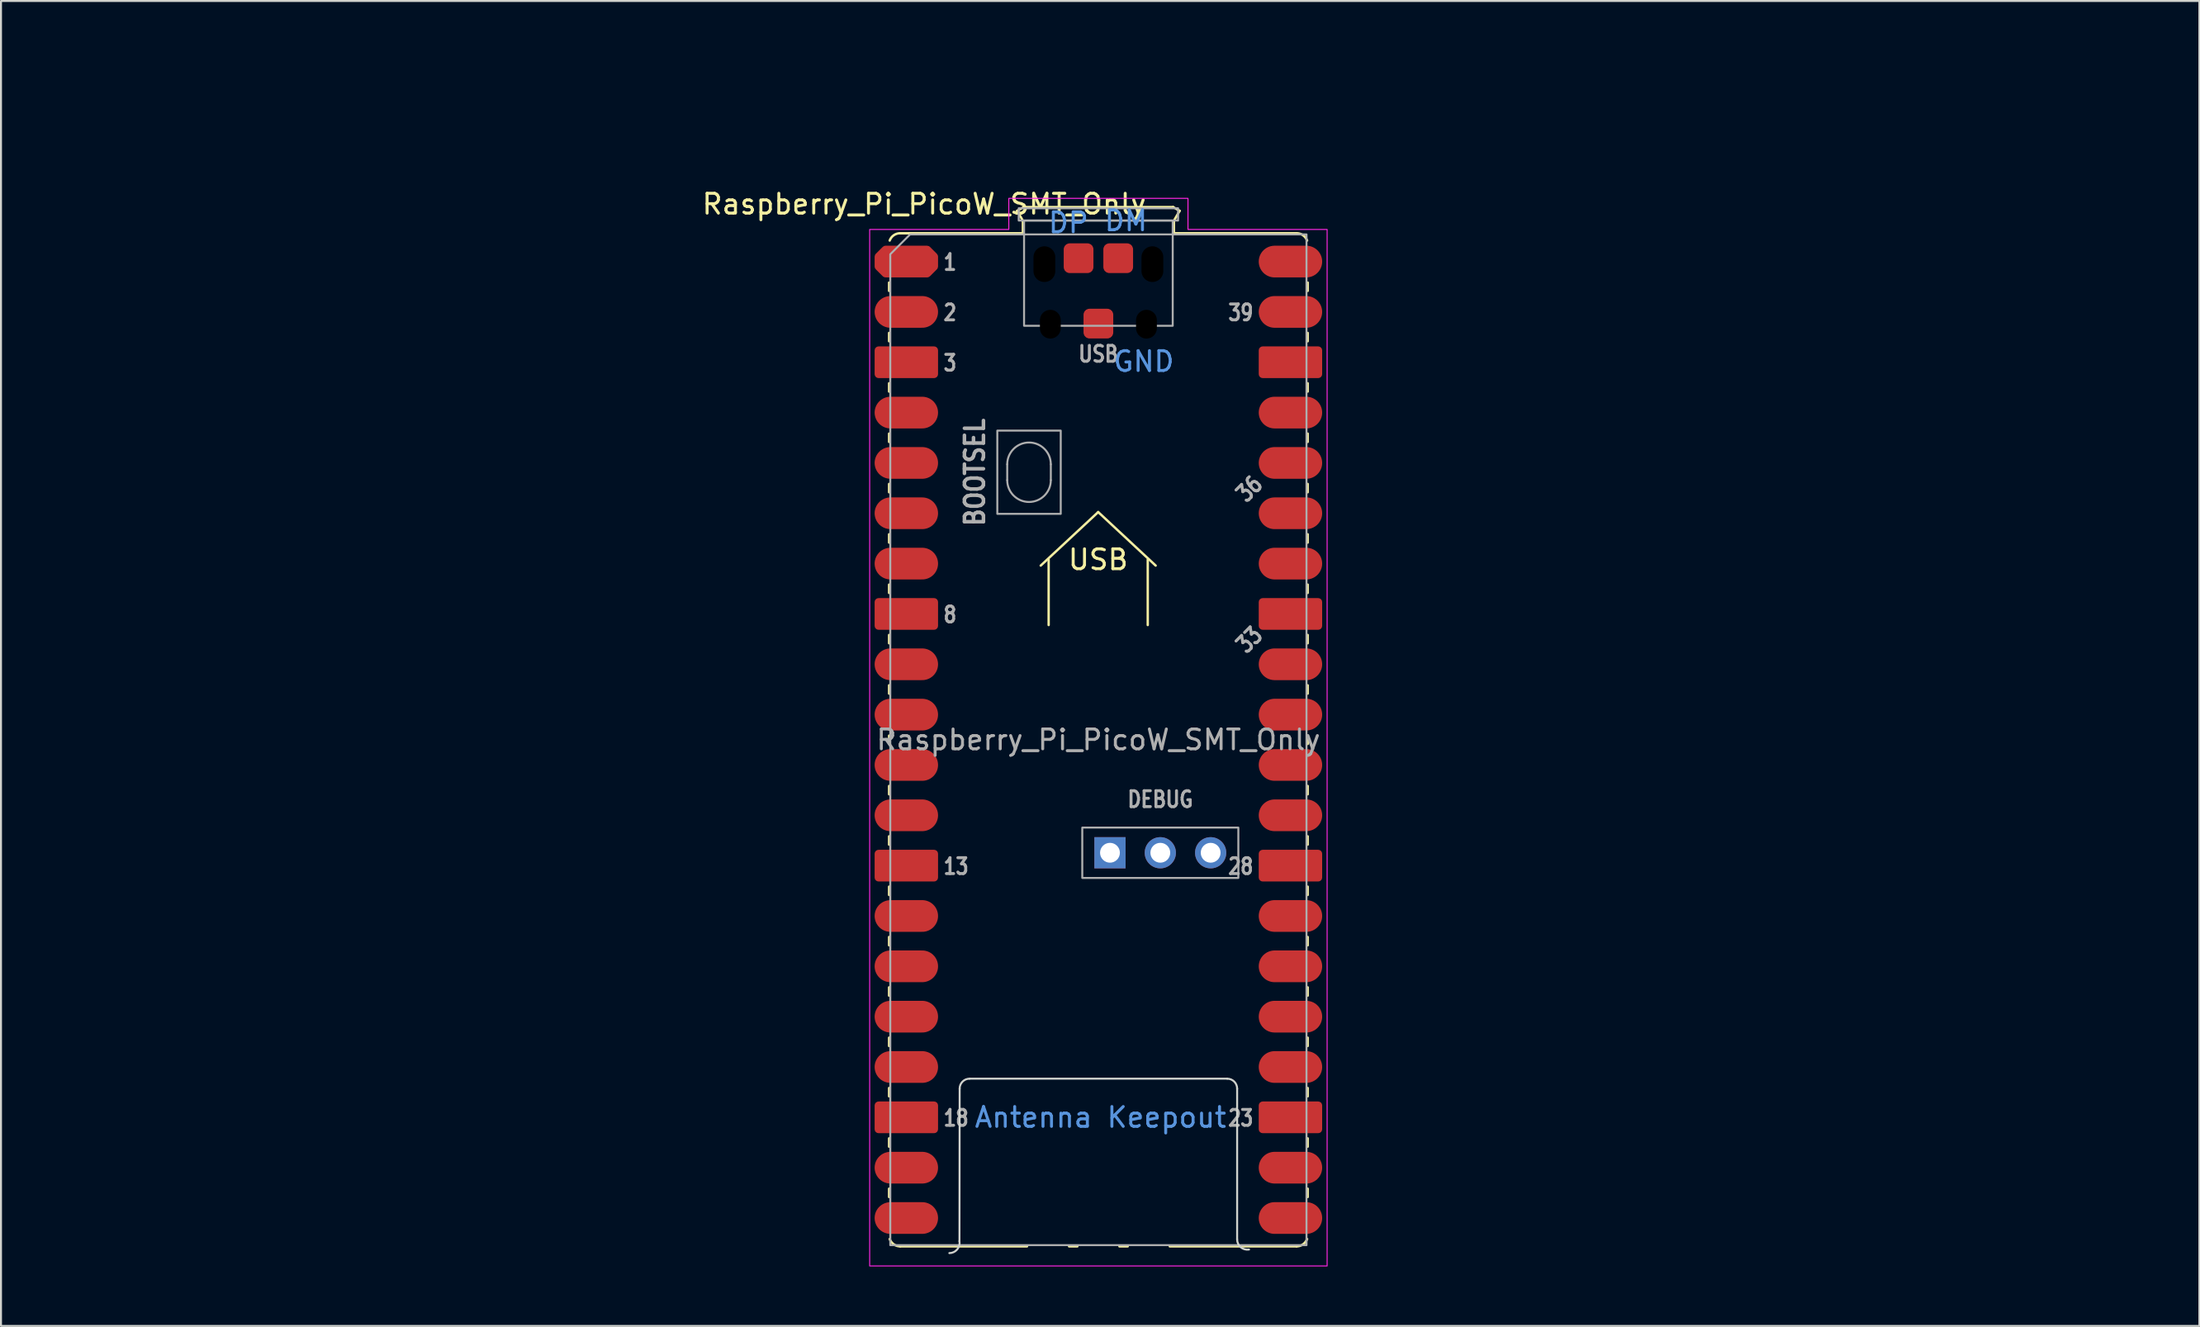
<source format=kicad_pcb>
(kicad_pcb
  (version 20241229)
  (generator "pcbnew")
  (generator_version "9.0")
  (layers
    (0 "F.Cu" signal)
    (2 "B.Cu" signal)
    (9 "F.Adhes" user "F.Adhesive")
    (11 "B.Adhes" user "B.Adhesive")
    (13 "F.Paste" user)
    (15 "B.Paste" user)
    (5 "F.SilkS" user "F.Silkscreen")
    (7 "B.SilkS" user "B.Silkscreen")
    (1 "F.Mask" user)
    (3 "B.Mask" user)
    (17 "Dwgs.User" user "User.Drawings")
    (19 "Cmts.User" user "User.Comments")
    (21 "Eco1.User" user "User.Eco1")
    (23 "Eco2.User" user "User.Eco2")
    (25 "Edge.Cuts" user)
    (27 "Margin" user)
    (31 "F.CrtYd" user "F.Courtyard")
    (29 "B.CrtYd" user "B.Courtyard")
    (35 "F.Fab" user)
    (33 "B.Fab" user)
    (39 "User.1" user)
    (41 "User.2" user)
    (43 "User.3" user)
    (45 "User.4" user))
  (footprint "Raspberry_Pi_PicoW_SMT_Only"
    (layer "F.Cu")
    (at 52.358 34.188)
    (property "Reference" "Raspberry_Pi_PicoW_SMT_Only" (at -8.78 -26.94 0) (layer "F.SilkS") (effects (font (size 1 1) (thickness 0.15))))
    (attr through_hole)
    (fp_line (start -10.55 -22.98) (end -10.55 -22.56) (stroke (width 0.12) (type solid)) (layer "F.SilkS"))
    (fp_line (start -10.55 -20.44) (end -10.55 -20.02) (stroke (width 0.12) (type solid)) (layer "F.SilkS"))
    (fp_line (start -10.55 -17.9) (end -10.55 -17.48) (stroke (width 0.12) (type solid)) (layer "F.SilkS"))
    (fp_line (start -10.55 -15.36) (end -10.55 -14.94) (stroke (width 0.12) (type solid)) (layer "F.SilkS"))
    (fp_line (start -10.55 -12.82) (end -10.55 -12.4) (stroke (width 0.12) (type solid)) (layer "F.SilkS"))
    (fp_line (start -10.55 -10.28) (end -10.55 -9.86) (stroke (width 0.12) (type solid)) (layer "F.SilkS"))
    (fp_line (start -10.55 -7.74) (end -10.55 -7.32) (stroke (width 0.12) (type solid)) (layer "F.SilkS"))
    (fp_line (start -10.55 -5.2) (end -10.55 -4.78) (stroke (width 0.12) (type solid)) (layer "F.SilkS"))
    (fp_line (start -10.55 -2.66) (end -10.55 -2.24) (stroke (width 0.12) (type solid)) (layer "F.SilkS"))
    (fp_line (start -10.55 -0.12) (end -10.55 0.3) (stroke (width 0.12) (type solid)) (layer "F.SilkS"))
    (fp_line (start -10.55 2.42) (end -10.55 2.84) (stroke (width 0.12) (type solid)) (layer "F.SilkS"))
    (fp_line (start -10.55 4.96) (end -10.55 5.38) (stroke (width 0.12) (type solid)) (layer "F.SilkS"))
    (fp_line (start -10.55 7.5) (end -10.55 7.92) (stroke (width 0.12) (type solid)) (layer "F.SilkS"))
    (fp_line (start -10.55 10.04) (end -10.55 10.46) (stroke (width 0.12) (type solid)) (layer "F.SilkS"))
    (fp_line (start -10.55 12.58) (end -10.55 13) (stroke (width 0.12) (type solid)) (layer "F.SilkS"))
    (fp_line (start -10.55 15.12) (end -10.55 15.54) (stroke (width 0.12) (type solid)) (layer "F.SilkS"))
    (fp_line (start -10.55 17.66) (end -10.55 18.08) (stroke (width 0.12) (type solid)) (layer "F.SilkS"))
    (fp_line (start -10.55 20.2) (end -10.55 20.62) (stroke (width 0.12) (type solid)) (layer "F.SilkS"))
    (fp_line (start -10.55 22.74) (end -10.55 23.16) (stroke (width 0.12) (type solid)) (layer "F.SilkS"))
    (fp_line (start -9.99 -25.47) (end -3.8 -25.47) (stroke (width 0.12) (type solid)) (layer "F.SilkS"))
    (fp_line (start -9.99 25.65) (end -3.59 25.65) (stroke (width 0.12) (type solid)) (layer "F.SilkS"))
    (fp_line (start -4.09 -26.6) (end -3.76 -26.79) (stroke (width 0.12) (type solid)) (layer "F.SilkS"))
    (fp_line (start -3.8 -26.1) (end -4.09 -26.6) (stroke (width 0.12) (type solid)) (layer "F.SilkS"))
    (fp_line (start -3.8 -25.47) (end -9.99 -25.47) (stroke (width 0.12) (type solid)) (layer "F.SilkS"))
    (fp_line (start -3.8 -25.47) (end -3.8 -26.1) (stroke (width 0.12) (type solid)) (layer "F.SilkS"))
    (fp_line (start -3.76 -26.79) (end 3.78 -26.79) (stroke (width 0.12) (type solid)) (layer "F.SilkS"))
    (fp_line (start -2.9 -8.7) (end 0 -11.4) (stroke (width 0.12) (type solid)) (layer "F.SilkS"))
    (fp_line (start -2.5 -5.7) (end -2.5 -9) (stroke (width 0.12) (type solid)) (layer "F.SilkS"))
    (fp_line (start -1.47 25.65) (end -1.05 25.65) (stroke (width 0.12) (type solid)) (layer "F.SilkS"))
    (fp_line (start 0 -11.4) (end 2.9 -8.7) (stroke (width 0.12) (type solid)) (layer "F.SilkS"))
    (fp_line (start 1.07 25.65) (end 1.49 25.65) (stroke (width 0.12) (type solid)) (layer "F.SilkS"))
    (fp_line (start 2.5 -5.7) (end 2.5 -9) (stroke (width 0.12) (type solid)) (layer "F.SilkS"))
    (fp_line (start 3.61 25.65) (end 10.01 25.65) (stroke (width 0.12) (type solid)) (layer "F.SilkS"))
    (fp_line (start 3.78 -26.79) (end 4.11 -26.6) (stroke (width 0.12) (type solid)) (layer "F.SilkS"))
    (fp_line (start 3.82 -26.1) (end 3.82 -25.47) (stroke (width 0.12) (type solid)) (layer "F.SilkS"))
    (fp_line (start 4.11 -26.6) (end 3.82 -26.1) (stroke (width 0.12) (type solid)) (layer "F.SilkS"))
    (fp_line (start 10.01 -25.47) (end 3.82 -25.47) (stroke (width 0.12) (type solid)) (layer "F.SilkS"))
    (fp_line (start 10.57 -22.98) (end 10.57 -22.56) (stroke (width 0.12) (type solid)) (layer "F.SilkS"))
    (fp_line (start 10.57 -20.44) (end 10.57 -20.02) (stroke (width 0.12) (type solid)) (layer "F.SilkS"))
    (fp_line (start 10.57 -17.9) (end 10.57 -17.48) (stroke (width 0.12) (type solid)) (layer "F.SilkS"))
    (fp_line (start 10.57 -15.36) (end 10.57 -14.94) (stroke (width 0.12) (type solid)) (layer "F.SilkS"))
    (fp_line (start 10.57 -12.82) (end 10.57 -12.4) (stroke (width 0.12) (type solid)) (layer "F.SilkS"))
    (fp_line (start 10.57 -10.28) (end 10.57 -9.86) (stroke (width 0.12) (type solid)) (layer "F.SilkS"))
    (fp_line (start 10.57 -7.74) (end 10.57 -7.32) (stroke (width 0.12) (type solid)) (layer "F.SilkS"))
    (fp_line (start 10.57 -5.2) (end 10.57 -4.78) (stroke (width 0.12) (type solid)) (layer "F.SilkS"))
    (fp_line (start 10.57 -2.66) (end 10.57 -2.24) (stroke (width 0.12) (type solid)) (layer "F.SilkS"))
    (fp_line (start 10.57 -0.12) (end 10.57 0.3) (stroke (width 0.12) (type solid)) (layer "F.SilkS"))
    (fp_line (start 10.57 2.42) (end 10.57 2.84) (stroke (width 0.12) (type solid)) (layer "F.SilkS"))
    (fp_line (start 10.57 4.96) (end 10.57 5.38) (stroke (width 0.12) (type solid)) (layer "F.SilkS"))
    (fp_line (start 10.57 7.5) (end 10.57 7.92) (stroke (width 0.12) (type solid)) (layer "F.SilkS"))
    (fp_line (start 10.57 10.04) (end 10.57 10.46) (stroke (width 0.12) (type solid)) (layer "F.SilkS"))
    (fp_line (start 10.57 12.58) (end 10.57 13) (stroke (width 0.12) (type solid)) (layer "F.SilkS"))
    (fp_line (start 10.57 15.12) (end 10.57 15.54) (stroke (width 0.12) (type solid)) (layer "F.SilkS"))
    (fp_line (start 10.57 17.66) (end 10.57 18.08) (stroke (width 0.12) (type solid)) (layer "F.SilkS"))
    (fp_line (start 10.57 20.2) (end 10.57 20.62) (stroke (width 0.12) (type solid)) (layer "F.SilkS"))
    (fp_line (start 10.57 22.74) (end 10.57 23.16) (stroke (width 0.12) (type solid)) (layer "F.SilkS"))
    (fp_arc (start -10.52 -25.1) (mid -10.313508 -25.368808) (end -9.99 -25.47) (stroke (width 0.12) (type solid)) (layer "F.SilkS"))
    (fp_arc (start -9.99 25.65) (mid -10.313508 25.548809) (end -10.52 25.28) (stroke (width 0.12) (type solid)) (layer "F.SilkS"))
    (fp_arc (start 10.01 -25.47) (mid 10.333529 -25.368823) (end 10.54 -25.1) (stroke (width 0.12) (type solid)) (layer "F.SilkS"))
    (fp_arc (start 10.54 25.28) (mid 10.333497 25.548778) (end 10.01 25.65) (stroke (width 0.12) (type solid)) (layer "F.SilkS"))
    (fp_line (start -7 25.39) (end -6.99 17.69) (stroke (width 0.1) (type solid)) (layer "Edge.Cuts"))
    (fp_line (start -6.49 17.19) (end 6.51 17.19) (stroke (width 0.1) (type solid)) (layer "Edge.Cuts"))
    (fp_line (start 7.01 17.69) (end 7.01 25.3) (stroke (width 0.1) (type solid)) (layer "Edge.Cuts"))
    (fp_arc (start -7 25.39) (mid -7.116269 25.807922) (end -7.51 25.99) (stroke (width 0.1) (type solid)) (layer "Edge.Cuts"))
    (fp_arc (start -6.99 17.69) (mid -6.843553 17.336447) (end -6.49 17.19) (stroke (width 0.1) (type solid)) (layer "Edge.Cuts"))
    (fp_arc (start 6.51 17.19) (mid 6.863553 17.336447) (end 7.01 17.69) (stroke (width 0.1) (type solid)) (layer "Edge.Cuts"))
    (fp_arc (start 7.61 25.81) (mid 7.192078 25.693732) (end 7.01 25.3) (stroke (width 0.1) (type solid)) (layer "Edge.Cuts"))
    (fp_poly (pts (xy 4.53 -25.66) (xy 11.55 -25.66) (xy 11.55 26.64) (xy -11.53 26.64) (xy -11.53 -25.66) (xy -4.51 -25.66) (xy -4.51 -27.23) (xy 4.53 -27.23)) (stroke (width 0.05) (type solid)) (fill no) (layer "F.CrtYd"))
    (fp_line (start -4.59 -13.81) (end -4.59 -13.01) (stroke (width 0.1) (type solid)) (layer "F.Fab"))
    (fp_line (start -2.39 -13.81) (end -2.39 -13.01) (stroke (width 0.1) (type solid)) (layer "F.Fab"))
    (fp_rect (start -5.09 -15.51) (end -1.89 -11.31) (stroke (width 0.1) (type solid)) (fill no) (layer "F.Fab"))
    (fp_rect (start -4.01 -26.73) (end 4.03 -26.11) (stroke (width 0.1) (type solid)) (fill no) (layer "F.Fab"))
    (fp_rect (start -3.74 -26.11) (end 3.76 -20.8) (stroke (width 0.1) (type solid)) (fill no) (layer "F.Fab"))
    (fp_rect (start -0.803 4.52) (end 7.071 7.06) (stroke (width 0.1) (type solid)) (fill no) (layer "F.Fab"))
    (fp_arc (start -4.59 -13.81) (mid -3.49 -14.91) (end -2.39 -13.81) (stroke (width 0.1) (type solid)) (layer "F.Fab"))
    (fp_arc (start -2.39 -13.01) (mid -3.49 -11.91) (end -4.59 -13.01) (stroke (width 0.1) (type solid)) (layer "F.Fab"))
    (fp_poly (pts (xy 10.51 25.59) (xy -10.49 25.59) (xy -10.49 -24.41) (xy -9.49 -25.41) (xy 10.51 -25.41)) (stroke (width 0.1) (type solid)) (fill no) (layer "F.Fab"))
    (fp_text user "USB" (at 0 -9 0) (unlocked yes) (layer "F.SilkS") (effects (font (size 1 1) (thickness 0.15))))
    (fp_text user "DM" (at 1.4 -26.1 0) (unlocked yes) (layer "Cmts.User") (effects (font (size 1 1) (thickness 0.15))))
    (fp_text user "DP" (at -1.5 -26 0) (unlocked yes) (layer "Cmts.User") (effects (font (size 1 1) (thickness 0.15))))
    (fp_text user "GND" (at 2.3 -19 0) (unlocked yes) (layer "Cmts.User") (effects (font (size 1 1) (thickness 0.15))))
    (fp_text user "Antenna Keepout" (at 0.12 19.14 0) (unlocked yes) (layer "Cmts.User") (effects (font (size 1 1) (thickness 0.15))))
    (fp_text user "39" (at 7.9 -21.462 0) (unlocked yes) (layer "F.Fab") (effects (font (size 0.8 0.64) (thickness 0.15)) (justify right)))
    (fp_text user "33" (at 7.63 -4.952 45) (unlocked yes) (layer "F.Fab") (effects (font (size 0.8 0.64) (thickness 0.15))))
    (fp_text user "BOOTSEL" (at -6.224 -13.41 90) (unlocked yes) (layer "F.Fab") (effects (font (size 0.96 0.825) (thickness 0.18))))
    (fp_text user "18" (at -7.88 19.178 0) (unlocked yes) (layer "F.Fab") (effects (font (size 0.8 0.64) (thickness 0.15)) (justify left)))
    (fp_text user "1" (at -7.88 -24.002 0) (unlocked yes) (layer "F.Fab") (effects (font (size 0.8 0.64) (thickness 0.15)) (justify left)))
    (fp_text user "36" (at 7.63 -12.572 45) (unlocked yes) (layer "F.Fab") (effects (font (size 0.8 0.64) (thickness 0.15))))
    (fp_text user "${REFERENCE}" (at 0.01 0.09 0) (unlocked yes) (layer "F.Fab") (effects (font (size 1 1) (thickness 0.15))))
    (fp_text user "23" (at 7.9 19.178 0) (unlocked yes) (layer "F.Fab") (effects (font (size 0.8 0.64) (thickness 0.15)) (justify right)))
    (fp_text user "8" (at -7.88 -6.222 0) (unlocked yes) (layer "F.Fab") (effects (font (size 0.8 0.64) (thickness 0.15)) (justify left)))
    (fp_text user "DEBUG" (at 3.134 3.098 0) (unlocked yes) (layer "F.Fab") (effects (font (size 0.8 0.66) (thickness 0.15))))
    (fp_text user "28" (at 7.9 6.478 0) (unlocked yes) (layer "F.Fab") (effects (font (size 0.8 0.64) (thickness 0.15)) (justify right)))
    (fp_text user "3" (at -7.88 -18.922 0) (unlocked yes) (layer "F.Fab") (effects (font (size 0.8 0.64) (thickness 0.15)) (justify left)))
    (fp_text user "13" (at -7.88 6.478 0) (unlocked yes) (layer "F.Fab") (effects (font (size 0.8 0.64) (thickness 0.15)) (justify left)))
    (fp_text user "2" (at -7.88 -21.462 0) (unlocked yes) (layer "F.Fab") (effects (font (size 0.8 0.64) (thickness 0.15)) (justify left)))
    (fp_text user "USB" (at 0.01 -19.372 0) (unlocked yes) (layer "F.Fab") (effects (font (size 0.8 0.66) (thickness 0.15))))
    (fp_text user "Public Domain As Per:" (at 0.82 -33.34 0) (unlocked yes) (layer "User.1") (effects (font (size 1 1) (thickness 0.15))))
    (fp_text user "This public domain footprint does not match the original source as it has been modified to better fit this application and be SMT only" (at 0.1 -29.8 0) (unlocked yes) (layer "User.1") (effects (font (size 1 1) (thickness 0.15))))
    (fp_text user "https://forum.kicad.info/t/are-there-pi-pico-library-files-available-for-kicad-6/35844/12" (at 0.12 -31.54 0) (unlocked yes) (layer "User.1") (effects (font (size 1 1) (thickness 0.15))))
    (pad "" np_thru_hole oval (at -2.715 -23.91) (size 1.1 1.8) (drill oval 1.1 1.8) (layers "*.Mask"))
    (pad "" np_thru_hole oval (at -2.415 -20.88) (size 1.05 1.45) (drill oval 1.05 1.45) (layers "*.Mask"))
    (pad "" np_thru_hole oval (at 2.435 -20.88) (size 1.05 1.45) (drill oval 1.05 1.45) (layers "*.Mask"))
    (pad "" np_thru_hole oval (at 2.735 -23.91) (size 1.1 1.8) (drill oval 1.1 1.8) (layers "*.Mask"))
    (pad "1" smd custom (at -10.48 -24.04) (size 1.6 1.6) (layers "F.Cu" "F.Mask") (options (anchor circle)) (primitives (gr_poly (pts (xy 2.2 0.249) (xy 1.849 0.6) (xy -0.249 0.6) (xy -0.6 0.249) (xy -0.6 -0.249) (xy -0.249 -0.6) (xy 1.849 -0.6) (xy 2.2 -0.249)) (width 0.4) (fill yes))))
    (pad "2" smd oval (at -10.48 -21.5) (size 3.2 1.6) (drill (offset 0.8 0)) (layers "F.Cu" "F.Mask"))
    (pad "3" smd roundrect (at -10.48 -18.96) (size 3.2 1.6) (drill (offset 0.8 0)) (layers "F.Cu" "F.Mask") (roundrect_rratio 0.125))
    (pad "4" smd oval (at -10.48 -16.42) (size 3.2 1.6) (drill (offset 0.8 0)) (layers "F.Cu" "F.Mask"))
    (pad "5" smd oval (at -10.48 -13.88) (size 3.2 1.6) (drill (offset 0.8 0)) (layers "F.Cu" "F.Mask"))
    (pad "6" smd oval (at -10.48 -11.34) (size 3.2 1.6) (drill (offset 0.8 0)) (layers "F.Cu" "F.Mask"))
    (pad "7" smd oval (at -10.48 -8.8) (size 3.2 1.6) (drill (offset 0.8 0)) (layers "F.Cu" "F.Mask"))
    (pad "8" smd roundrect (at -10.48 -6.26) (size 3.2 1.6) (drill (offset 0.8 0)) (layers "F.Cu" "F.Mask") (roundrect_rratio 0.125))
    (pad "9" smd oval (at -10.48 -3.72) (size 3.2 1.6) (drill (offset 0.8 0)) (layers "F.Cu" "F.Mask"))
    (pad "10" smd oval (at -10.48 -1.18) (size 3.2 1.6) (drill (offset 0.8 0)) (layers "F.Cu" "F.Mask"))
    (pad "11" smd oval (at -10.48 1.36) (size 3.2 1.6) (drill (offset 0.8 0)) (layers "F.Cu" "F.Mask"))
    (pad "12" smd oval (at -10.48 3.9) (size 3.2 1.6) (drill (offset 0.8 0)) (layers "F.Cu" "F.Mask"))
    (pad "13" smd roundrect (at -10.48 6.44) (size 3.2 1.6) (drill (offset 0.8 0)) (layers "F.Cu" "F.Mask") (roundrect_rratio 0.125))
    (pad "14" smd oval (at -10.48 8.98) (size 3.2 1.6) (drill (offset 0.8 0)) (layers "F.Cu" "F.Mask"))
    (pad "15" smd oval (at -10.48 11.52) (size 3.2 1.6) (drill (offset 0.8 0)) (layers "F.Cu" "F.Mask"))
    (pad "16" smd oval (at -10.48 14.06) (size 3.2 1.6) (drill (offset 0.8 0)) (layers "F.Cu" "F.Mask"))
    (pad "17" smd oval (at -10.48 16.6) (size 3.2 1.6) (drill (offset 0.8 0)) (layers "F.Cu" "F.Mask"))
    (pad "18" smd roundrect (at -10.48 19.14) (size 3.2 1.6) (drill (offset 0.8 0)) (layers "F.Cu" "F.Mask") (roundrect_rratio 0.125))
    (pad "19" smd oval (at -10.48 21.68) (size 3.2 1.6) (drill (offset 0.8 0)) (layers "F.Cu" "F.Mask"))
    (pad "20" smd oval (at -10.48 24.22) (size 3.2 1.6) (drill (offset 0.8 0)) (layers "F.Cu" "F.Mask"))
    (pad "21" smd oval (at 10.5 24.22) (size 3.2 1.6) (drill (offset -0.8 0)) (layers "F.Cu" "F.Mask"))
    (pad "22" smd oval (at 10.5 21.68) (size 3.2 1.6) (drill (offset -0.8 0)) (layers "F.Cu" "F.Mask"))
    (pad "23" smd roundrect (at 10.5 19.14) (size 3.2 1.6) (drill (offset -0.8 0)) (layers "F.Cu" "F.Mask") (roundrect_rratio 0.125))
    (pad "24" smd oval (at 10.5 16.6) (size 3.2 1.6) (drill (offset -0.8 0)) (layers "F.Cu" "F.Mask"))
    (pad "25" smd oval (at 10.5 14.06) (size 3.2 1.6) (drill (offset -0.8 0)) (layers "F.Cu" "F.Mask"))
    (pad "26" smd oval (at 10.5 11.52) (size 3.2 1.6) (drill (offset -0.8 0)) (layers "F.Cu" "F.Mask"))
    (pad "27" smd oval (at 10.5 8.98) (size 3.2 1.6) (drill (offset -0.8 0)) (layers "F.Cu" "F.Mask"))
    (pad "28" smd roundrect (at 10.5 6.44) (size 3.2 1.6) (drill (offset -0.8 0)) (layers "F.Cu" "F.Mask") (roundrect_rratio 0.125))
    (pad "29" smd oval (at 10.5 3.9) (size 3.2 1.6) (drill (offset -0.8 0)) (layers "F.Cu" "F.Mask"))
    (pad "30" smd oval (at 10.5 1.36) (size 3.2 1.6) (drill (offset -0.8 0)) (layers "F.Cu" "F.Mask"))
    (pad "31" smd oval (at 10.5 -1.18) (size 3.2 1.6) (drill (offset -0.8 0)) (layers "F.Cu" "F.Mask"))
    (pad "32" smd oval (at 10.5 -3.72) (size 3.2 1.6) (drill (offset -0.8 0)) (layers "F.Cu" "F.Mask"))
    (pad "33" smd roundrect (at 10.5 -6.26) (size 3.2 1.6) (drill (offset -0.8 0)) (layers "F.Cu" "F.Mask") (roundrect_rratio 0.125))
    (pad "34" smd oval (at 10.5 -8.8) (size 3.2 1.6) (drill (offset -0.8 0)) (layers "F.Cu" "F.Mask"))
    (pad "35" smd oval (at 10.5 -11.34) (size 3.2 1.6) (drill (offset -0.8 0)) (layers "F.Cu" "F.Mask"))
    (pad "36" smd oval (at 10.5 -13.88) (size 3.2 1.6) (drill (offset -0.8 0)) (layers "F.Cu" "F.Mask"))
    (pad "37" smd oval (at 10.5 -16.42) (size 3.2 1.6) (drill (offset -0.8 0)) (layers "F.Cu" "F.Mask"))
    (pad "38" smd roundrect (at 10.5 -18.96) (size 3.2 1.6) (drill (offset -0.8 0)) (layers "F.Cu" "F.Mask") (roundrect_rratio 0.125))
    (pad "39" smd oval (at 10.5 -21.5) (size 3.2 1.6) (drill (offset -0.8 0)) (layers "F.Cu" "F.Mask"))
    (pad "40" smd oval (at 10.5 -24.04) (size 3.2 1.6) (drill (offset -0.8 0)) (layers "F.Cu" "F.Mask"))
    (pad "41" thru_hole rect (at 0.594 5.79) (size 1.575 1.575) (drill 1) (layers "*.Cu" "*.Mask"))
    (pad "42" thru_hole circle (at 3.134 5.79) (size 1.575 1.575) (drill 1) (layers "*.Cu" "*.Mask"))
    (pad "43" thru_hole circle (at 5.674 5.79) (size 1.575 1.575) (drill 1) (layers "*.Cu" "*.Mask"))
    (pad "51" smd roundrect (at 0.01 -20.91) (size 1.5 1.5) (property pad_prop_testpoint) (layers "F.Cu" "F.Mask") (roundrect_rratio 0.2))
    (pad "52" smd roundrect (at 1.01 -24.21) (size 1.5 1.5) (property pad_prop_testpoint) (layers "F.Cu" "F.Mask") (roundrect_rratio 0.2))
    (pad "53" smd roundrect (at -0.99 -24.21) (size 1.5 1.5) (property pad_prop_testpoint) (layers "F.Cu" "F.Mask") (roundrect_rratio 0.2))
    (zone (net_name "") (layer "F.Cu") (name "Test Point Keepout") (hatch full 0.508) (connect_pads) (min_thickness 0.254) (filled_areas_thickness no) (keepout (tracks not_allowed) (vias not_allowed) (pads allowed) (copperpour not_allowed) (footprints allowed)) (placement (enabled no)) (fill) (polygon (pts (xy 50.658 17.588) (xy 49.058 17.588) (xy 49.058 15.988) (xy 50.658 15.988))))
    (zone (net_name "") (layer "F.Cu") (name "Test Point Keepout") (hatch full 0.508) (connect_pads) (min_thickness 0.254) (filled_areas_thickness no) (keepout (tracks not_allowed) (vias not_allowed) (pads allowed) (copperpour not_allowed) (footprints allowed)) (placement (enabled no)) (fill) (polygon (pts (xy 50.658 20.088) (xy 49.058 20.088) (xy 49.058 18.488) (xy 50.658 18.488))))
    (zone (net_name "") (layer "F.Cu") (name "Test Point Keepout") (hatch full 0.508) (connect_pads) (min_thickness 0.254) (filled_areas_thickness no) (keepout (tracks not_allowed) (vias not_allowed) (pads allowed) (copperpour not_allowed) (footprints allowed)) (placement (enabled no)) (fill) (polygon (pts (xy 50.658 22.588) (xy 49.058 22.588) (xy 49.058 20.988) (xy 50.658 20.988))))
    (zone (net_name "") (layers "F.Cu" "F.Mask" "B.Cu" "B.Mask" "F.SilkS" "B.SilkS" "F.Adhes" "B.Adhes" "F.Paste" "B.Paste") (name "Antenna Keepout") (hatch full 0.508) (connect_pads) (min_thickness 0.254) (filled_areas_thickness no) (keepout (tracks not_allowed) (vias not_allowed) (pads not_allowed) (copperpour not_allowed) (footprints not_allowed)) (placement (enabled no)) (fill) (polygon (pts (xy 59.368 59.778) (xy 45.368 59.778) (xy 45.368 51.378) (xy 59.368 51.378)))))
  (gr_rect
    (start -3 -3)
    (end 107.917 63.853)
    (stroke (width 0.1) (type default))
    (fill no)
    (layer "Edge.Cuts")))
</source>
